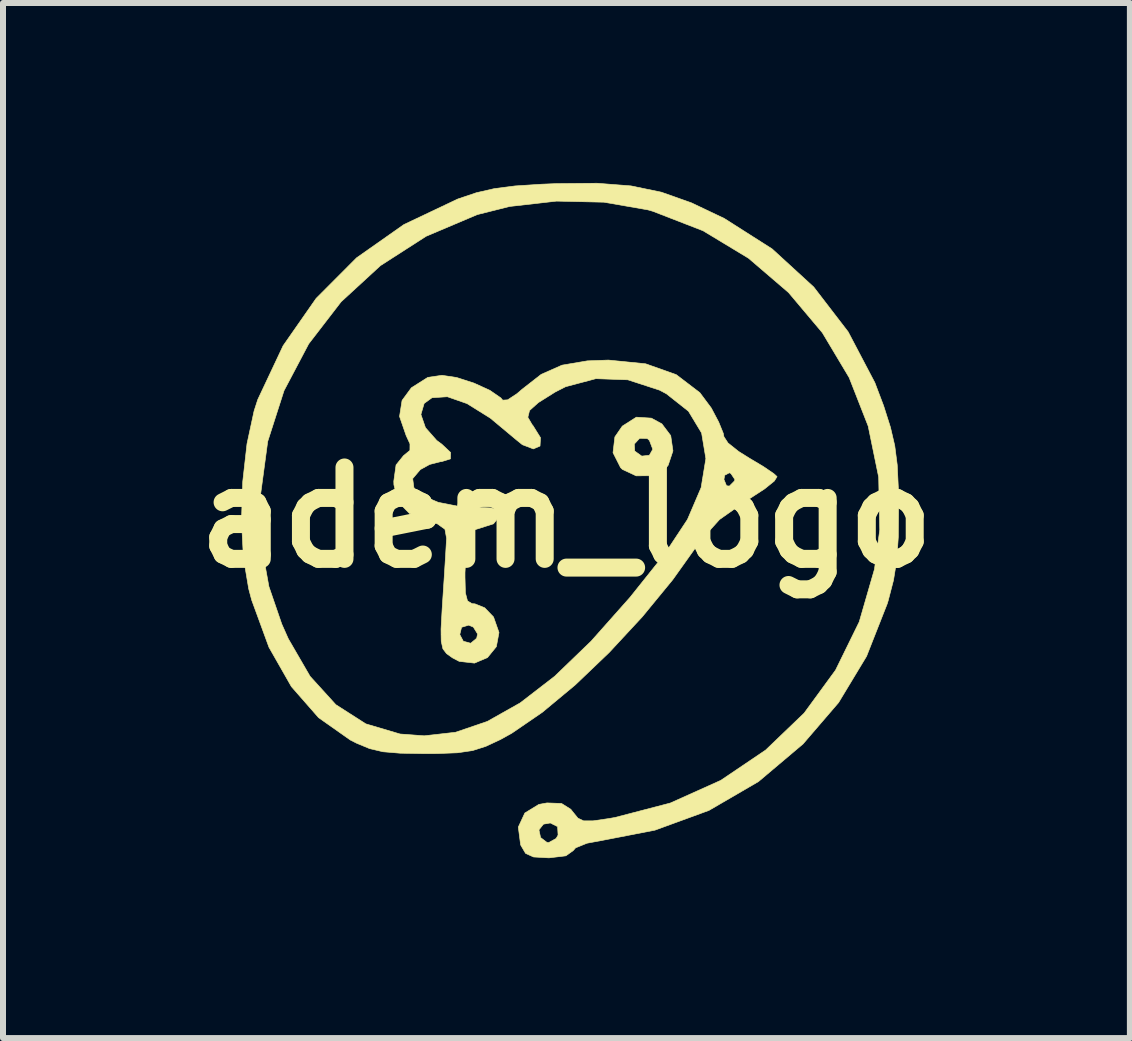
<source format=kicad_pcb>
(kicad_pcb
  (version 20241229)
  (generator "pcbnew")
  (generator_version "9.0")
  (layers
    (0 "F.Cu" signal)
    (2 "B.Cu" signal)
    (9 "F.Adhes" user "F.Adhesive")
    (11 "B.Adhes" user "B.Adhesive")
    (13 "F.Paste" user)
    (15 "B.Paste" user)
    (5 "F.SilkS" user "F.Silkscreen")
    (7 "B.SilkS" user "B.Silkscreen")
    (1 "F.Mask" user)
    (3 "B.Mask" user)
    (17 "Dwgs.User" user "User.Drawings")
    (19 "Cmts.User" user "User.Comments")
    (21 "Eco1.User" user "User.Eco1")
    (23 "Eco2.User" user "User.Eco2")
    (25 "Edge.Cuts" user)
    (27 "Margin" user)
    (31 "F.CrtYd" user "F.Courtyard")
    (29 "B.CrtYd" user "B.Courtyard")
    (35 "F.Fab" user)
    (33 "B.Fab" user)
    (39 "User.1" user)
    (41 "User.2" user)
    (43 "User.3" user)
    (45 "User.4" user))
  (footprint "adem_logo"
    (layer "F.Cu")
    (at 6.394 5.578)
    (property "Reference" "adem_logo" (at 0 0 0) (layer "F.SilkS") (effects (font (size 1.524 1.524) (thickness 0.3))))
    (attr through_hole)
    (fp_poly (pts (xy 1.415 -1.657) (xy 1.59 -1.562) (xy 1.738 -1.366) (xy 1.775 -1.111) (xy 1.695 -0.871) (xy 1.645 -0.81) (xy 1.426 -0.697) (xy 1.162 -0.695) (xy 0.933 -0.802) (xy 0.902 -0.832) (xy 0.776 -1.081) (xy 0.793 -1.225) (xy 1.131 -1.225) (xy 1.138 -1.108) (xy 1.255 -1.024) (xy 1.382 -1.038) (xy 1.439 -1.138) (xy 1.383 -1.285) (xy 1.347 -1.317) (xy 1.22 -1.321) (xy 1.131 -1.225) (xy 0.793 -1.225) (xy 0.807 -1.344) (xy 0.931 -1.524) (xy 1.165 -1.673) (xy 1.415 -1.657)) (stroke (width 0.01) (type solid)) (fill yes) (layer "F.SilkS"))
    (fp_poly (pts (xy 1.075 -5.529) (xy 1.582 -5.424) (xy 2.082 -5.247) (xy 2.627 -4.988) (xy 2.631 -4.986) (xy 3.429 -4.478) (xy 4.122 -3.843) (xy 4.696 -3.096) (xy 5.141 -2.249) (xy 5.288 -1.861) (xy 5.401 -1.505) (xy 5.473 -1.197) (xy 5.514 -0.878) (xy 5.533 -0.488) (xy 5.537 -0.169) (xy 5.532 0.326) (xy 5.506 0.712) (xy 5.452 1.045) (xy 5.364 1.384) (xy 5.347 1.439) (xy 5.003 2.313) (xy 4.536 3.086) (xy 3.944 3.775) (xy 3.2 4.403) (xy 2.375 4.883) (xy 1.475 5.212) (xy 0.651 5.372) (xy 0.341 5.43) (xy 0.152 5.507) (xy 0.113 5.552) (xy -0.01 5.64) (xy -0.284 5.673) (xy -0.307 5.673) (xy -0.55 5.659) (xy -0.682 5.599) (xy -0.76 5.466) (xy -0.765 5.453) (xy -0.797 5.207) (xy -0.459 5.207) (xy -0.432 5.335) (xy -0.327 5.415) (xy -0.296 5.419) (xy -0.173 5.351) (xy -0.14 5.294) (xy -0.148 5.153) (xy -0.27 5.092) (xy -0.384 5.112) (xy -0.459 5.207) (xy -0.797 5.207) (xy -0.803 5.161) (xy -0.694 4.926) (xy -0.461 4.783) (xy -0.325 4.758) (xy -0.082 4.767) (xy 0.072 4.864) (xy 0.113 4.916) (xy 0.191 5.012) (xy 0.286 5.057) (xy 0.441 5.057) (xy 0.704 5.019) (xy 0.807 5.001) (xy 1.731 4.76) (xy 2.572 4.382) (xy 3.32 3.877) (xy 3.962 3.261) (xy 4.486 2.544) (xy 4.881 1.739) (xy 5.135 0.861) (xy 5.223 0.204) (xy 5.205 -0.672) (xy 5.03 -1.524) (xy 4.713 -2.333) (xy 4.266 -3.081) (xy 3.702 -3.751) (xy 3.035 -4.323) (xy 2.277 -4.781) (xy 1.442 -5.105) (xy 1.355 -5.13) (xy 0.625 -5.257) (xy -0.165 -5.275) (xy -0.947 -5.186) (xy -1.488 -5.05) (xy -2.34 -4.689) (xy -3.101 -4.2) (xy -3.757 -3.597) (xy -4.297 -2.896) (xy -4.709 -2.115) (xy -4.981 -1.268) (xy -5.101 -0.374) (xy -5.105 -0.212) (xy -5.076 0.512) (xy -4.961 1.151) (xy -4.747 1.775) (xy -4.638 2.02) (xy -4.274 2.648) (xy -3.845 3.12) (xy -3.345 3.44) (xy -2.774 3.609) (xy -2.371 3.639) (xy -1.849 3.58) (xy -1.319 3.399) (xy -0.771 3.09) (xy -0.197 2.647) (xy 0.41 2.062) (xy 1.06 1.33) (xy 1.639 0.605) (xy 2.017 0.033) (xy 2.245 -0.499) (xy 2.267 -0.635) (xy 2.625 -0.635) (xy 2.668 -0.53) (xy 2.716 -0.524) (xy 2.803 -0.612) (xy 2.807 -0.635) (xy 2.741 -0.734) (xy 2.716 -0.746) (xy 2.638 -0.705) (xy 2.625 -0.635) (xy 2.267 -0.635) (xy 2.324 -0.982) (xy 2.253 -1.409) (xy 2.034 -1.772) (xy 1.666 -2.063) (xy 1.551 -2.124) (xy 1.023 -2.296) (xy 0.49 -2.315) (xy -0.014 -2.181) (xy -0.187 -2.093) (xy -0.469 -1.916) (xy -0.616 -1.784) (xy -0.644 -1.671) (xy -0.573 -1.549) (xy -0.559 -1.533) (xy -0.433 -1.331) (xy -0.441 -1.192) (xy -0.552 -1.144) (xy -0.735 -1.214) (xy -0.832 -1.292) (xy -1.269 -1.657) (xy -1.657 -1.899) (xy -1.986 -2.014) (xy -2.242 -1.997) (xy -2.373 -1.902) (xy -2.427 -1.718) (xy -2.351 -1.498) (xy -2.163 -1.285) (xy -2.079 -1.223) (xy -1.932 -1.085) (xy -1.934 -0.978) (xy -2.082 -0.932) (xy -2.103 -0.931) (xy -2.281 -0.885) (xy -2.437 -0.799) (xy -2.564 -0.649) (xy -2.544 -0.498) (xy -2.394 -0.362) (xy -2.137 -0.253) (xy -1.792 -0.185) (xy -1.505 -0.169) (xy -1.255 -0.16) (xy -1.137 -0.123) (xy -1.113 -0.045) (xy -1.116 -0.021) (xy -1.217 0.105) (xy -1.368 0.153) (xy -1.523 0.202) (xy -1.621 0.327) (xy -1.673 0.556) (xy -1.692 0.918) (xy -1.692 0.995) (xy -1.685 1.257) (xy -1.65 1.39) (xy -1.574 1.436) (xy -1.526 1.439) (xy -1.363 1.505) (xy -1.216 1.658) (xy -1.125 1.917) (xy -1.169 2.153) (xy -1.317 2.335) (xy -1.534 2.427) (xy -1.788 2.398) (xy -1.899 2.34) (xy -1.999 2.269) (xy -2.06 2.189) (xy -2.088 2.064) (xy -2.09 1.951) (xy -1.779 1.951) (xy -1.72 2.062) (xy -1.597 2.096) (xy -1.497 2.013) (xy -1.482 1.941) (xy -1.552 1.827) (xy -1.63 1.794) (xy -1.749 1.83) (xy -1.779 1.951) (xy -2.09 1.951) (xy -2.091 1.857) (xy -2.073 1.531) (xy -2.063 1.374) (xy -2.038 0.994) (xy -2.017 0.659) (xy -2.003 0.418) (xy -1.999 0.346) (xy -2.026 0.196) (xy -2.153 0.105) (xy -2.286 0.063) (xy -2.618 -0.068) (xy -2.808 -0.262) (xy -2.877 -0.546) (xy -2.879 -0.605) (xy -2.841 -0.877) (xy -2.717 -1.031) (xy -2.716 -1.032) (xy -2.61 -1.119) (xy -2.609 -1.228) (xy -2.673 -1.367) (xy -2.783 -1.685) (xy -2.741 -1.952) (xy -2.586 -2.163) (xy -2.311 -2.337) (xy -2.075 -2.371) (xy -1.83 -2.334) (xy -1.544 -2.242) (xy -1.278 -2.121) (xy -1.095 -1.995) (xy -1.064 -1.957) (xy -0.981 -1.962) (xy -0.826 -2.064) (xy -0.741 -2.137) (xy -0.421 -2.387) (xy -0.075 -2.54) (xy 0.348 -2.612) (xy 0.7 -2.625) (xy 1.32 -2.563) (xy 1.83 -2.382) (xy 2.223 -2.082) (xy 2.414 -1.826) (xy 2.538 -1.591) (xy 2.614 -1.404) (xy 2.625 -1.347) (xy 2.693 -1.243) (xy 2.871 -1.101) (xy 3.045 -0.992) (xy 3.283 -0.85) (xy 3.455 -0.733) (xy 3.511 -0.682) (xy 3.465 -0.608) (xy 3.304 -0.478) (xy 3.06 -0.319) (xy 3.01 -0.289) (xy 2.552 0.033) (xy 2.234 0.386) (xy 2.213 0.417) (xy 1.772 1.036) (xy 1.263 1.656) (xy 0.712 2.25) (xy 0.147 2.79) (xy -0.404 3.248) (xy -0.912 3.596) (xy -1.101 3.701) (xy -1.345 3.815) (xy -1.565 3.885) (xy -1.816 3.922) (xy -2.153 3.935) (xy -2.371 3.936) (xy -2.773 3.929) (xy -3.059 3.905) (xy -3.283 3.852) (xy -3.5 3.762) (xy -3.604 3.709) (xy -4.132 3.337) (xy -4.586 2.819) (xy -4.96 2.163) (xy -5.248 1.376) (xy -5.298 1.188) (xy -5.386 0.666) (xy -5.418 0.05) (xy -5.397 -0.601) (xy -5.326 -1.23) (xy -5.208 -1.777) (xy -5.146 -1.968) (xy -4.724 -2.864) (xy -4.173 -3.654) (xy -3.499 -4.33) (xy -2.711 -4.884) (xy -1.815 -5.309) (xy -1.798 -5.315) (xy -1.502 -5.415) (xy -1.205 -5.483) (xy -0.859 -5.528) (xy -0.415 -5.557) (xy -0.169 -5.567) (xy 0.509 -5.573) (xy 1.075 -5.529)) (stroke (width 0.01) (type solid)) (fill yes) (layer "F.SilkS")))
  (gr_rect
    (start -3 -3)
    (end 15.787 14.256)
    (stroke (width 0.1) (type default))
    (fill no)
    (layer "Edge.Cuts")))
</source>
